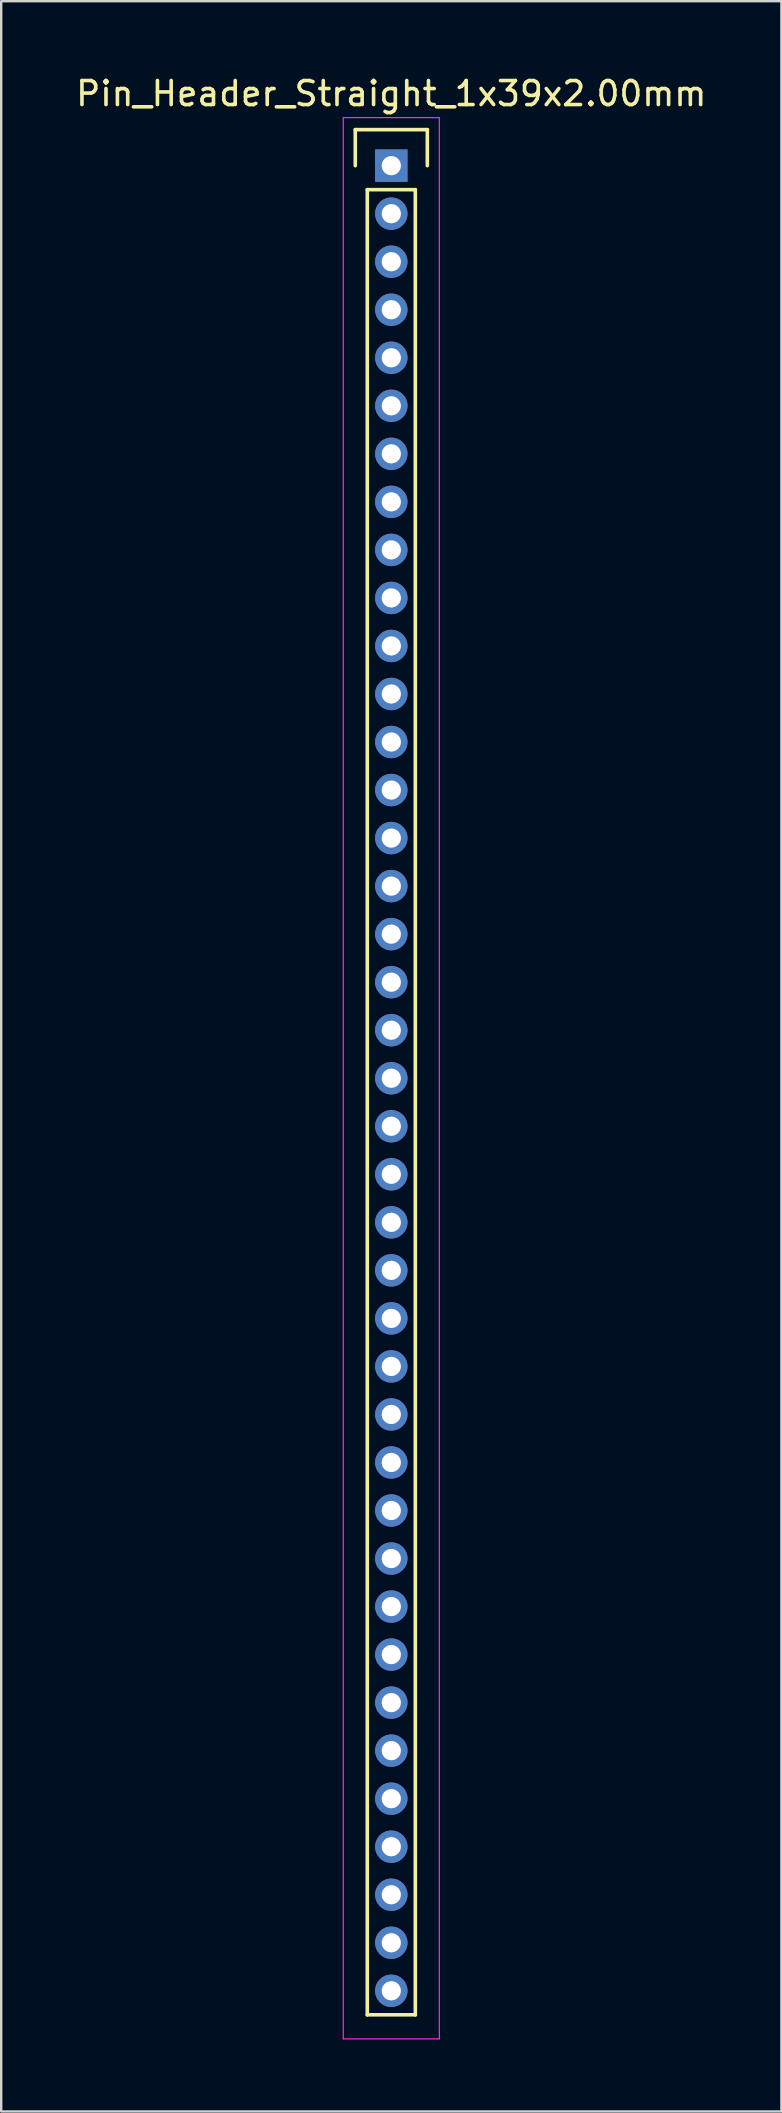
<source format=kicad_pcb>
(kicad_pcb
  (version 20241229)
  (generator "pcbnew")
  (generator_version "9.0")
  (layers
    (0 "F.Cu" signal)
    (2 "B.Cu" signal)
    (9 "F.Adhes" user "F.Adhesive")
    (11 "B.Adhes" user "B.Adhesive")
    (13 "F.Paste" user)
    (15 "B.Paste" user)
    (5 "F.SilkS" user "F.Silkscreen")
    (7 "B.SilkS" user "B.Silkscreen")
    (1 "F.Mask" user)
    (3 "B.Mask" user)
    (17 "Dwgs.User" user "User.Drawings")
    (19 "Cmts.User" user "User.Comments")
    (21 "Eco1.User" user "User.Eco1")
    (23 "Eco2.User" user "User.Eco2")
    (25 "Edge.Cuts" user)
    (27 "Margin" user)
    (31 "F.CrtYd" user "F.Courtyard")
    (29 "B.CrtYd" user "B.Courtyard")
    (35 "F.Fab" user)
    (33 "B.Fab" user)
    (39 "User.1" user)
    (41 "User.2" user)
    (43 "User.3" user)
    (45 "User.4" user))
  (footprint "Pin_Header_Straight_1x39x2.00mm"
    (layer "F.Cu")
    (at 13.244 3.848)
    (property "Reference" "Pin_Header_Straight_1x39x2.00mm" (at 0 -3 0) (layer "F.SilkS") (effects (font (size 1 1) (thickness 0.15))))
    (attr through_hole)
    (fp_line (start -1.5 -1.5) (end 1.5 -1.5) (stroke (width 0.15) (type solid)) (layer "F.SilkS"))
    (fp_line (start -1.5 0) (end -1.5 -1.5) (stroke (width 0.15) (type solid)) (layer "F.SilkS"))
    (fp_line (start -1 1) (end 1 1) (stroke (width 0.15) (type solid)) (layer "F.SilkS"))
    (fp_line (start -1 77) (end -1 1) (stroke (width 0.15) (type solid)) (layer "F.SilkS"))
    (fp_line (start 1 1) (end 1 77) (stroke (width 0.15) (type solid)) (layer "F.SilkS"))
    (fp_line (start 1 77) (end -1 77) (stroke (width 0.15) (type solid)) (layer "F.SilkS"))
    (fp_line (start 1.5 -1.5) (end 1.5 0) (stroke (width 0.15) (type solid)) (layer "F.SilkS"))
    (fp_line (start -2 -2) (end 2 -2) (stroke (width 0.05) (type solid)) (layer "F.CrtYd"))
    (fp_line (start -2 78) (end -2 -2) (stroke (width 0.05) (type solid)) (layer "F.CrtYd"))
    (fp_line (start 2 -2) (end 2 78) (stroke (width 0.05) (type solid)) (layer "F.CrtYd"))
    (fp_line (start 2 78) (end -2 78) (stroke (width 0.05) (type solid)) (layer "F.CrtYd"))
    (pad "1" thru_hole rect (at 0 0) (size 1.35 1.35) (drill 0.8) (layers "*.Cu" "*.Mask"))
    (pad "2" thru_hole circle (at 0 2) (size 1.35 1.35) (drill 0.8) (layers "*.Cu" "*.Mask"))
    (pad "3" thru_hole circle (at 0 4) (size 1.35 1.35) (drill 0.8) (layers "*.Cu" "*.Mask"))
    (pad "4" thru_hole circle (at 0 6) (size 1.35 1.35) (drill 0.8) (layers "*.Cu" "*.Mask"))
    (pad "5" thru_hole circle (at 0 8) (size 1.35 1.35) (drill 0.8) (layers "*.Cu" "*.Mask"))
    (pad "6" thru_hole circle (at 0 10) (size 1.35 1.35) (drill 0.8) (layers "*.Cu" "*.Mask"))
    (pad "7" thru_hole circle (at 0 12) (size 1.35 1.35) (drill 0.8) (layers "*.Cu" "*.Mask"))
    (pad "8" thru_hole circle (at 0 14) (size 1.35 1.35) (drill 0.8) (layers "*.Cu" "*.Mask"))
    (pad "9" thru_hole circle (at 0 16) (size 1.35 1.35) (drill 0.8) (layers "*.Cu" "*.Mask"))
    (pad "10" thru_hole circle (at 0 18) (size 1.35 1.35) (drill 0.8) (layers "*.Cu" "*.Mask"))
    (pad "11" thru_hole circle (at 0 20) (size 1.35 1.35) (drill 0.8) (layers "*.Cu" "*.Mask"))
    (pad "12" thru_hole circle (at 0 22) (size 1.35 1.35) (drill 0.8) (layers "*.Cu" "*.Mask"))
    (pad "13" thru_hole circle (at 0 24) (size 1.35 1.35) (drill 0.8) (layers "*.Cu" "*.Mask"))
    (pad "14" thru_hole circle (at 0 26) (size 1.35 1.35) (drill 0.8) (layers "*.Cu" "*.Mask"))
    (pad "15" thru_hole circle (at 0 28) (size 1.35 1.35) (drill 0.8) (layers "*.Cu" "*.Mask"))
    (pad "16" thru_hole circle (at 0 30) (size 1.35 1.35) (drill 0.8) (layers "*.Cu" "*.Mask"))
    (pad "17" thru_hole circle (at 0 32) (size 1.35 1.35) (drill 0.8) (layers "*.Cu" "*.Mask"))
    (pad "18" thru_hole circle (at 0 34) (size 1.35 1.35) (drill 0.8) (layers "*.Cu" "*.Mask"))
    (pad "19" thru_hole circle (at 0 36) (size 1.35 1.35) (drill 0.8) (layers "*.Cu" "*.Mask"))
    (pad "20" thru_hole circle (at 0 38) (size 1.35 1.35) (drill 0.8) (layers "*.Cu" "*.Mask"))
    (pad "21" thru_hole circle (at 0 40) (size 1.35 1.35) (drill 0.8) (layers "*.Cu" "*.Mask"))
    (pad "22" thru_hole circle (at 0 42) (size 1.35 1.35) (drill 0.8) (layers "*.Cu" "*.Mask"))
    (pad "23" thru_hole circle (at 0 44) (size 1.35 1.35) (drill 0.8) (layers "*.Cu" "*.Mask"))
    (pad "24" thru_hole circle (at 0 46) (size 1.35 1.35) (drill 0.8) (layers "*.Cu" "*.Mask"))
    (pad "25" thru_hole circle (at 0 48) (size 1.35 1.35) (drill 0.8) (layers "*.Cu" "*.Mask"))
    (pad "26" thru_hole circle (at 0 50) (size 1.35 1.35) (drill 0.8) (layers "*.Cu" "*.Mask"))
    (pad "27" thru_hole circle (at 0 52) (size 1.35 1.35) (drill 0.8) (layers "*.Cu" "*.Mask"))
    (pad "28" thru_hole circle (at 0 54) (size 1.35 1.35) (drill 0.8) (layers "*.Cu" "*.Mask"))
    (pad "29" thru_hole circle (at 0 56) (size 1.35 1.35) (drill 0.8) (layers "*.Cu" "*.Mask"))
    (pad "30" thru_hole circle (at 0 58) (size 1.35 1.35) (drill 0.8) (layers "*.Cu" "*.Mask"))
    (pad "31" thru_hole circle (at 0 60) (size 1.35 1.35) (drill 0.8) (layers "*.Cu" "*.Mask"))
    (pad "32" thru_hole circle (at 0 62) (size 1.35 1.35) (drill 0.8) (layers "*.Cu" "*.Mask"))
    (pad "33" thru_hole circle (at 0 64) (size 1.35 1.35) (drill 0.8) (layers "*.Cu" "*.Mask"))
    (pad "34" thru_hole circle (at 0 66) (size 1.35 1.35) (drill 0.8) (layers "*.Cu" "*.Mask"))
    (pad "35" thru_hole circle (at 0 68) (size 1.35 1.35) (drill 0.8) (layers "*.Cu" "*.Mask"))
    (pad "36" thru_hole circle (at 0 70) (size 1.35 1.35) (drill 0.8) (layers "*.Cu" "*.Mask"))
    (pad "37" thru_hole circle (at 0 72) (size 1.35 1.35) (drill 0.8) (layers "*.Cu" "*.Mask"))
    (pad "38" thru_hole circle (at 0 74) (size 1.35 1.35) (drill 0.8) (layers "*.Cu" "*.Mask"))
    (pad "39" thru_hole circle (at 0 76) (size 1.35 1.35) (drill 0.8) (layers "*.Cu" "*.Mask")))
  (gr_rect
    (start -3 -3)
    (end 29.488 84.873)
    (stroke (width 0.1) (type default))
    (fill no)
    (layer "Edge.Cuts")))
</source>
